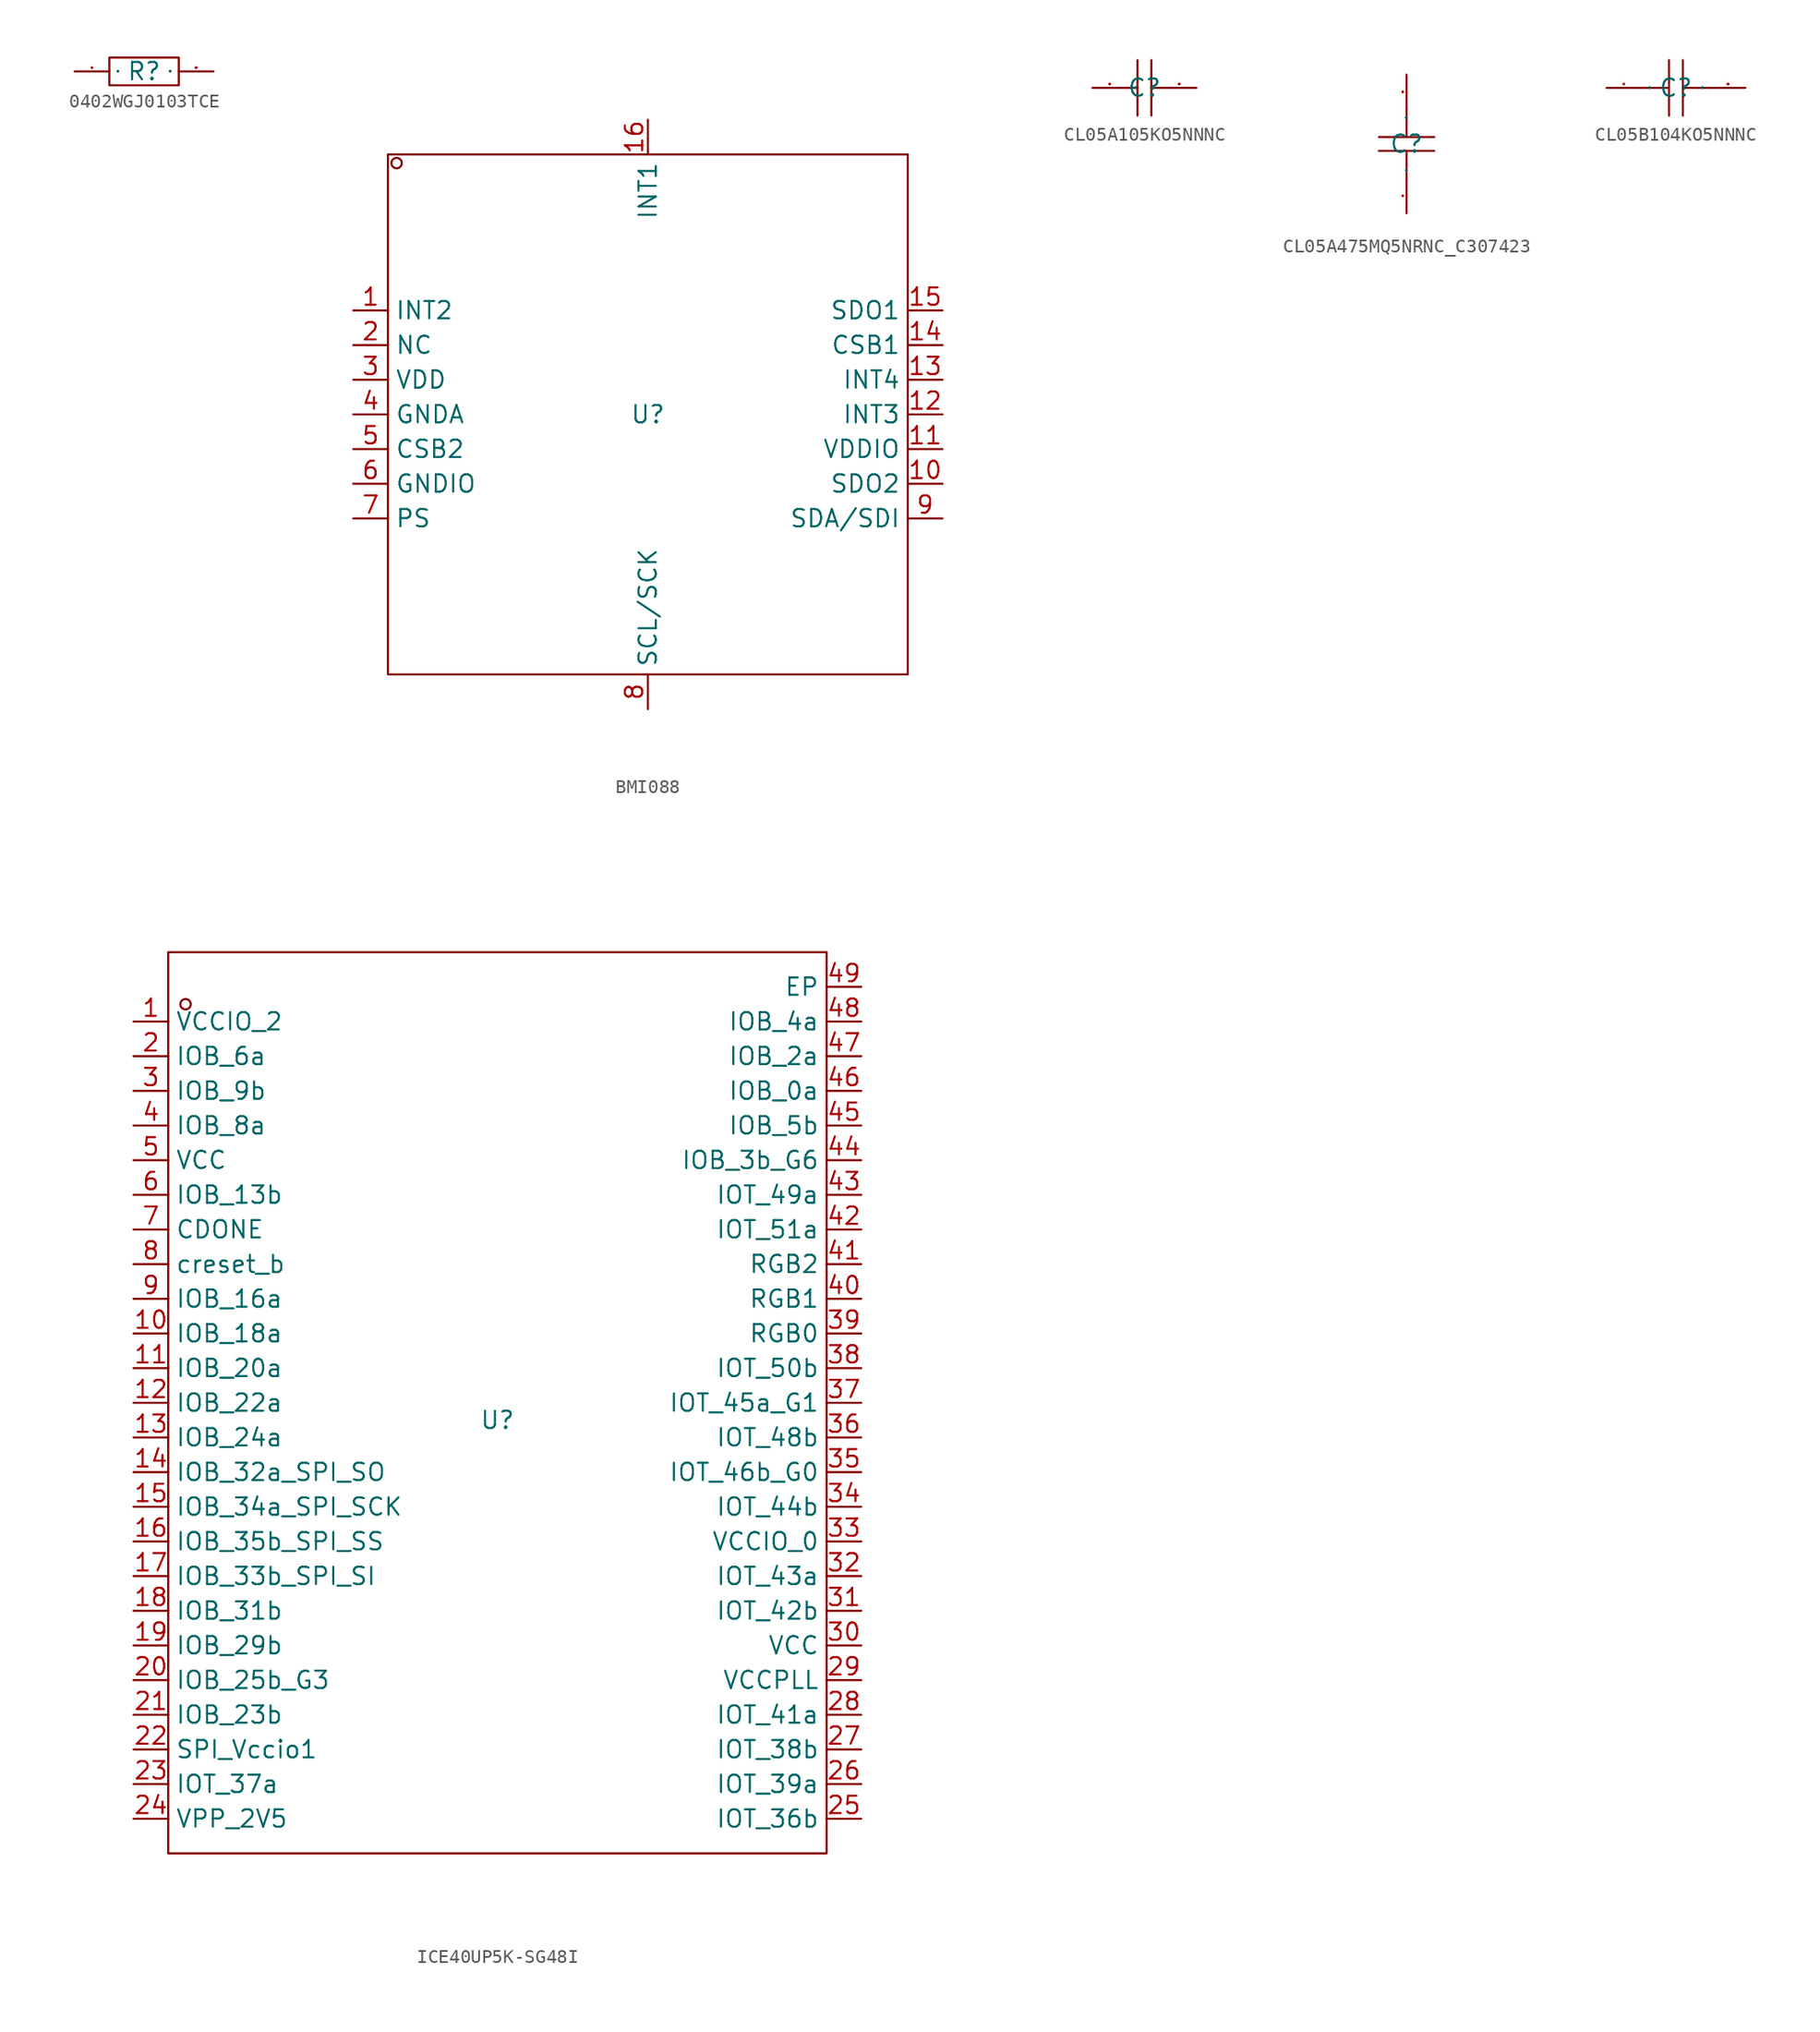
<source format=kicad_sym>
(kicad_symbol_lib
  (version 20231120)
  (generator "kicad_symbol_editor")
  (generator_version "8.0")
  (symbol "0402WGJ0103TCE"
    (property "Reference" "R"
      (at 0 0 0)
      (effects (font (size 1.27 1.27))))
    (symbol "0402WGJ0103TCE_1_0"
      (rectangle (start -2.54 -1.016) (end 2.54 1.016) (stroke (width 0) (type default)) (fill (type none)))
      (pin input line (at -5.08 0 0) (length 2.54) (name "1" (effects (font (size 0.025 0.025)))) (number "1" (effects (font (size 0.025 0.025)))))
      (pin input line (at 5.08 0 180) (length 2.54) (name "2" (effects (font (size 0.025 0.025)))) (number "2" (effects (font (size 0.025 0.025)))))))
  (symbol "BMI088"
    (property "Reference" "U"
      (at 0 0 0)
      (effects (font (size 1.27 1.27))))
    (property "Value" ""
      (at 0 0 0)
      (effects (font (size 1.27 1.27))))
    (symbol "BMI088_1_0"
      (rectangle (start -19.05 -19.05) (end 19.05 19.05) (stroke (width 0) (type default)) (fill (type none)))
      (circle (center -18.415 18.415) (radius 0.381) (stroke (width 0) (type default)) (fill (type none)))
      (pin input line (at -21.59 7.62 0) (length 2.54) (name "INT2" (effects (font (size 1.27 1.27)))) (number "1" (effects (font (size 1.27 1.27)))))
      (pin input line (at 21.59 -5.08 180) (length 2.54) (name "SDO2" (effects (font (size 1.27 1.27)))) (number "10" (effects (font (size 1.27 1.27)))))
      (pin input line (at 21.59 -2.54 180) (length 2.54) (name "VDDIO" (effects (font (size 1.27 1.27)))) (number "11" (effects (font (size 1.27 1.27)))))
      (pin input line (at 21.59 0 180) (length 2.54) (name "INT3" (effects (font (size 1.27 1.27)))) (number "12" (effects (font (size 1.27 1.27)))))
      (pin input line (at 21.59 2.54 180) (length 2.54) (name "INT4" (effects (font (size 1.27 1.27)))) (number "13" (effects (font (size 1.27 1.27)))))
      (pin input line (at 21.59 5.08 180) (length 2.54) (name "CSB1" (effects (font (size 1.27 1.27)))) (number "14" (effects (font (size 1.27 1.27)))))
      (pin input line (at 21.59 7.62 180) (length 2.54) (name "SDO1" (effects (font (size 1.27 1.27)))) (number "15" (effects (font (size 1.27 1.27)))))
      (pin input line (at 0 21.59 270) (length 2.54) (name "INT1" (effects (font (size 1.27 1.27)))) (number "16" (effects (font (size 1.27 1.27)))))
      (pin input line (at -21.59 5.08 0) (length 2.54) (name "NC" (effects (font (size 1.27 1.27)))) (number "2" (effects (font (size 1.27 1.27)))))
      (pin input line (at -21.59 2.54 0) (length 2.54) (name "VDD" (effects (font (size 1.27 1.27)))) (number "3" (effects (font (size 1.27 1.27)))))
      (pin input line (at -21.59 0 0) (length 2.54) (name "GNDA" (effects (font (size 1.27 1.27)))) (number "4" (effects (font (size 1.27 1.27)))))
      (pin input line (at -21.59 -2.54 0) (length 2.54) (name "CSB2" (effects (font (size 1.27 1.27)))) (number "5" (effects (font (size 1.27 1.27)))))
      (pin input line (at -21.59 -5.08 0) (length 2.54) (name "GNDIO" (effects (font (size 1.27 1.27)))) (number "6" (effects (font (size 1.27 1.27)))))
      (pin input line (at -21.59 -7.62 0) (length 2.54) (name "PS" (effects (font (size 1.27 1.27)))) (number "7" (effects (font (size 1.27 1.27)))))
      (pin input line (at 0 -21.59 90) (length 2.54) (name "SCL/SCK" (effects (font (size 1.27 1.27)))) (number "8" (effects (font (size 1.27 1.27)))))
      (pin input line (at 21.59 -7.62 180) (length 2.54) (name "SDA/SDI" (effects (font (size 1.27 1.27)))) (number "9" (effects (font (size 1.27 1.27)))))))
  (symbol "CL05A105KO5NNNC"
    (property "Reference" "C"
      (at 0 0 0)
      (effects (font (size 1.27 1.27))))
    (symbol "CL05A105KO5NNNC_1_0"
      (polyline (pts (xy -1.27 0) (xy -0.508 0)) (stroke (width 0) (type default)) (fill (type none)))
      (polyline (pts (xy -0.508 2.032) (xy -0.508 -2.032)) (stroke (width 0) (type default)) (fill (type none)))
      (polyline (pts (xy 0.508 0) (xy 1.27 0)) (stroke (width 0) (type default)) (fill (type none)))
      (polyline (pts (xy 0.508 2.032) (xy 0.508 -2.032)) (stroke (width 0) (type default)) (fill (type none)))
      (pin input line (at -3.81 0 0) (length 2.54) (name "1" (effects (font (size 0.025 0.025)))) (number "1" (effects (font (size 0.025 0.025)))))
      (pin input line (at 3.81 0 180) (length 2.54) (name "2" (effects (font (size 0.025 0.025)))) (number "2" (effects (font (size 0.025 0.025)))))))
  (symbol "CL05A475MQ5NRNC_C307423"
    (property "Reference" "C"
      (at 0 0 0)
      (effects (font (size 1.27 1.27))))
    (symbol "CL05A475MQ5NRNC_C307423_1_0"
      (polyline (pts (xy -2.032 0.508) (xy 2.032 0.508)) (stroke (width 0) (type default)) (fill (type none)))
      (polyline (pts (xy 0 -0.508) (xy 0 -2.54)) (stroke (width 0) (type default)) (fill (type none)))
      (polyline (pts (xy 0 2.54) (xy 0 0.508)) (stroke (width 0) (type default)) (fill (type none)))
      (polyline (pts (xy 2.032 -0.508) (xy -2.032 -0.508)) (stroke (width 0) (type default)) (fill (type none)))
      (pin unspecified line (at 0 -5.08 90) (length 2.54) (name "1" (effects (font (size 0.025 0.025)))) (number "1" (effects (font (size 0.025 0.025)))))
      (pin unspecified line (at 0 5.08 270) (length 2.54) (name "2" (effects (font (size 0.025 0.025)))) (number "2" (effects (font (size 0.025 0.025)))))))
  (symbol "CL05B104KO5NNNC"
    (property "Reference" "C"
      (at 0 0 0)
      (effects (font (size 1.27 1.27))))
    (symbol "CL05B104KO5NNNC_1_0"
      (polyline (pts (xy -0.508 -2.032) (xy -0.508 2.032)) (stroke (width 0) (type default)) (fill (type none)))
      (polyline (pts (xy -0.508 0) (xy -2.54 0)) (stroke (width 0) (type default)) (fill (type none)))
      (polyline (pts (xy 0.508 2.032) (xy 0.508 -2.032)) (stroke (width 0) (type default)) (fill (type none)))
      (polyline (pts (xy 2.54 0) (xy 0.508 0)) (stroke (width 0) (type default)) (fill (type none)))
      (pin unspecified line (at -5.08 0 0) (length 2.54) (name "1" (effects (font (size 0.025 0.025)))) (number "1" (effects (font (size 0.025 0.025)))))
      (pin unspecified line (at 5.08 0 180) (length 2.54) (name "2" (effects (font (size 0.025 0.025)))) (number "2" (effects (font (size 0.025 0.025)))))))
  (symbol "ICE40UP5K-SG48I"
    (property "Reference" "U"
      (at 0 0 0)
      (effects (font (size 1.27 1.27))))
    (property "Value" ""
      (at 0 0 0)
      (effects (font (size 1.27 1.27))))
    (symbol "ICE40UP5K-SG48I_1_0"
      (rectangle (start -24.13 -31.75) (end 24.13 34.29) (stroke (width 0) (type default)) (fill (type none)))
      (circle (center -22.86 30.48) (radius 0.381) (stroke (width 0) (type default)) (fill (type none)))
      (pin unspecified line (at -26.67 29.21 0) (length 2.54) (name "VCCIO_2" (effects (font (size 1.27 1.27)))) (number "1" (effects (font (size 1.27 1.27)))))
      (pin unspecified line (at -26.67 6.35 0) (length 2.54) (name "IOB_18a" (effects (font (size 1.27 1.27)))) (number "10" (effects (font (size 1.27 1.27)))))
      (pin unspecified line (at -26.67 3.81 0) (length 2.54) (name "IOB_20a" (effects (font (size 1.27 1.27)))) (number "11" (effects (font (size 1.27 1.27)))))
      (pin unspecified line (at -26.67 1.27 0) (length 2.54) (name "IOB_22a" (effects (font (size 1.27 1.27)))) (number "12" (effects (font (size 1.27 1.27)))))
      (pin unspecified line (at -26.67 -1.27 0) (length 2.54) (name "IOB_24a" (effects (font (size 1.27 1.27)))) (number "13" (effects (font (size 1.27 1.27)))))
      (pin unspecified line (at -26.67 -3.81 0) (length 2.54) (name "IOB_32a_SPI_SO" (effects (font (size 1.27 1.27)))) (number "14" (effects (font (size 1.27 1.27)))))
      (pin unspecified line (at -26.67 -6.35 0) (length 2.54) (name "IOB_34a_SPI_SCK" (effects (font (size 1.27 1.27)))) (number "15" (effects (font (size 1.27 1.27)))))
      (pin unspecified line (at -26.67 -8.89 0) (length 2.54) (name "IOB_35b_SPI_SS" (effects (font (size 1.27 1.27)))) (number "16" (effects (font (size 1.27 1.27)))))
      (pin unspecified line (at -26.67 -11.43 0) (length 2.54) (name "IOB_33b_SPI_SI" (effects (font (size 1.27 1.27)))) (number "17" (effects (font (size 1.27 1.27)))))
      (pin unspecified line (at -26.67 -13.97 0) (length 2.54) (name "IOB_31b" (effects (font (size 1.27 1.27)))) (number "18" (effects (font (size 1.27 1.27)))))
      (pin unspecified line (at -26.67 -16.51 0) (length 2.54) (name "IOB_29b" (effects (font (size 1.27 1.27)))) (number "19" (effects (font (size 1.27 1.27)))))
      (pin unspecified line (at -26.67 26.67 0) (length 2.54) (name "IOB_6a" (effects (font (size 1.27 1.27)))) (number "2" (effects (font (size 1.27 1.27)))))
      (pin unspecified line (at -26.67 -19.05 0) (length 2.54) (name "IOB_25b_G3" (effects (font (size 1.27 1.27)))) (number "20" (effects (font (size 1.27 1.27)))))
      (pin unspecified line (at -26.67 -21.59 0) (length 2.54) (name "IOB_23b" (effects (font (size 1.27 1.27)))) (number "21" (effects (font (size 1.27 1.27)))))
      (pin unspecified line (at -26.67 -24.13 0) (length 2.54) (name "SPI_Vccio1" (effects (font (size 1.27 1.27)))) (number "22" (effects (font (size 1.27 1.27)))))
      (pin unspecified line (at -26.67 -26.67 0) (length 2.54) (name "IOT_37a" (effects (font (size 1.27 1.27)))) (number "23" (effects (font (size 1.27 1.27)))))
      (pin unspecified line (at -26.67 -29.21 0) (length 2.54) (name "VPP_2V5" (effects (font (size 1.27 1.27)))) (number "24" (effects (font (size 1.27 1.27)))))
      (pin unspecified line (at 26.67 -29.21 180) (length 2.54) (name "IOT_36b" (effects (font (size 1.27 1.27)))) (number "25" (effects (font (size 1.27 1.27)))))
      (pin unspecified line (at 26.67 -26.67 180) (length 2.54) (name "IOT_39a" (effects (font (size 1.27 1.27)))) (number "26" (effects (font (size 1.27 1.27)))))
      (pin unspecified line (at 26.67 -24.13 180) (length 2.54) (name "IOT_38b" (effects (font (size 1.27 1.27)))) (number "27" (effects (font (size 1.27 1.27)))))
      (pin unspecified line (at 26.67 -21.59 180) (length 2.54) (name "IOT_41a" (effects (font (size 1.27 1.27)))) (number "28" (effects (font (size 1.27 1.27)))))
      (pin unspecified line (at 26.67 -19.05 180) (length 2.54) (name "VCCPLL" (effects (font (size 1.27 1.27)))) (number "29" (effects (font (size 1.27 1.27)))))
      (pin unspecified line (at -26.67 24.13 0) (length 2.54) (name "IOB_9b" (effects (font (size 1.27 1.27)))) (number "3" (effects (font (size 1.27 1.27)))))
      (pin unspecified line (at 26.67 -16.51 180) (length 2.54) (name "VCC" (effects (font (size 1.27 1.27)))) (number "30" (effects (font (size 1.27 1.27)))))
      (pin unspecified line (at 26.67 -13.97 180) (length 2.54) (name "IOT_42b" (effects (font (size 1.27 1.27)))) (number "31" (effects (font (size 1.27 1.27)))))
      (pin unspecified line (at 26.67 -11.43 180) (length 2.54) (name "IOT_43a" (effects (font (size 1.27 1.27)))) (number "32" (effects (font (size 1.27 1.27)))))
      (pin unspecified line (at 26.67 -8.89 180) (length 2.54) (name "VCCIO_0" (effects (font (size 1.27 1.27)))) (number "33" (effects (font (size 1.27 1.27)))))
      (pin unspecified line (at 26.67 -6.35 180) (length 2.54) (name "IOT_44b" (effects (font (size 1.27 1.27)))) (number "34" (effects (font (size 1.27 1.27)))))
      (pin unspecified line (at 26.67 -3.81 180) (length 2.54) (name "IOT_46b_G0" (effects (font (size 1.27 1.27)))) (number "35" (effects (font (size 1.27 1.27)))))
      (pin unspecified line (at 26.67 -1.27 180) (length 2.54) (name "IOT_48b" (effects (font (size 1.27 1.27)))) (number "36" (effects (font (size 1.27 1.27)))))
      (pin unspecified line (at 26.67 1.27 180) (length 2.54) (name "IOT_45a_G1" (effects (font (size 1.27 1.27)))) (number "37" (effects (font (size 1.27 1.27)))))
      (pin unspecified line (at 26.67 3.81 180) (length 2.54) (name "IOT_50b" (effects (font (size 1.27 1.27)))) (number "38" (effects (font (size 1.27 1.27)))))
      (pin unspecified line (at 26.67 6.35 180) (length 2.54) (name "RGB0" (effects (font (size 1.27 1.27)))) (number "39" (effects (font (size 1.27 1.27)))))
      (pin unspecified line (at -26.67 21.59 0) (length 2.54) (name "IOB_8a" (effects (font (size 1.27 1.27)))) (number "4" (effects (font (size 1.27 1.27)))))
      (pin unspecified line (at 26.67 8.89 180) (length 2.54) (name "RGB1" (effects (font (size 1.27 1.27)))) (number "40" (effects (font (size 1.27 1.27)))))
      (pin unspecified line (at 26.67 11.43 180) (length 2.54) (name "RGB2" (effects (font (size 1.27 1.27)))) (number "41" (effects (font (size 1.27 1.27)))))
      (pin unspecified line (at 26.67 13.97 180) (length 2.54) (name "IOT_51a" (effects (font (size 1.27 1.27)))) (number "42" (effects (font (size 1.27 1.27)))))
      (pin unspecified line (at 26.67 16.51 180) (length 2.54) (name "IOT_49a" (effects (font (size 1.27 1.27)))) (number "43" (effects (font (size 1.27 1.27)))))
      (pin unspecified line (at 26.67 19.05 180) (length 2.54) (name "IOB_3b_G6" (effects (font (size 1.27 1.27)))) (number "44" (effects (font (size 1.27 1.27)))))
      (pin unspecified line (at 26.67 21.59 180) (length 2.54) (name "IOB_5b" (effects (font (size 1.27 1.27)))) (number "45" (effects (font (size 1.27 1.27)))))
      (pin unspecified line (at 26.67 24.13 180) (length 2.54) (name "IOB_0a" (effects (font (size 1.27 1.27)))) (number "46" (effects (font (size 1.27 1.27)))))
      (pin unspecified line (at 26.67 26.67 180) (length 2.54) (name "IOB_2a" (effects (font (size 1.27 1.27)))) (number "47" (effects (font (size 1.27 1.27)))))
      (pin unspecified line (at 26.67 29.21 180) (length 2.54) (name "IOB_4a" (effects (font (size 1.27 1.27)))) (number "48" (effects (font (size 1.27 1.27)))))
      (pin unspecified line (at 26.67 31.75 180) (length 2.54) (name "EP" (effects (font (size 1.27 1.27)))) (number "49" (effects (font (size 1.27 1.27)))))
      (pin unspecified line (at -26.67 19.05 0) (length 2.54) (name "VCC" (effects (font (size 1.27 1.27)))) (number "5" (effects (font (size 1.27 1.27)))))
      (pin unspecified line (at -26.67 16.51 0) (length 2.54) (name "IOB_13b" (effects (font (size 1.27 1.27)))) (number "6" (effects (font (size 1.27 1.27)))))
      (pin unspecified line (at -26.67 13.97 0) (length 2.54) (name "CDONE" (effects (font (size 1.27 1.27)))) (number "7" (effects (font (size 1.27 1.27)))))
      (pin unspecified line (at -26.67 11.43 0) (length 2.54) (name "creset_b" (effects (font (size 1.27 1.27)))) (number "8" (effects (font (size 1.27 1.27)))))
      (pin unspecified line (at -26.67 8.89 0) (length 2.54) (name "IOB_16a" (effects (font (size 1.27 1.27)))) (number "9" (effects (font (size 1.27 1.27))))))))
</source>
